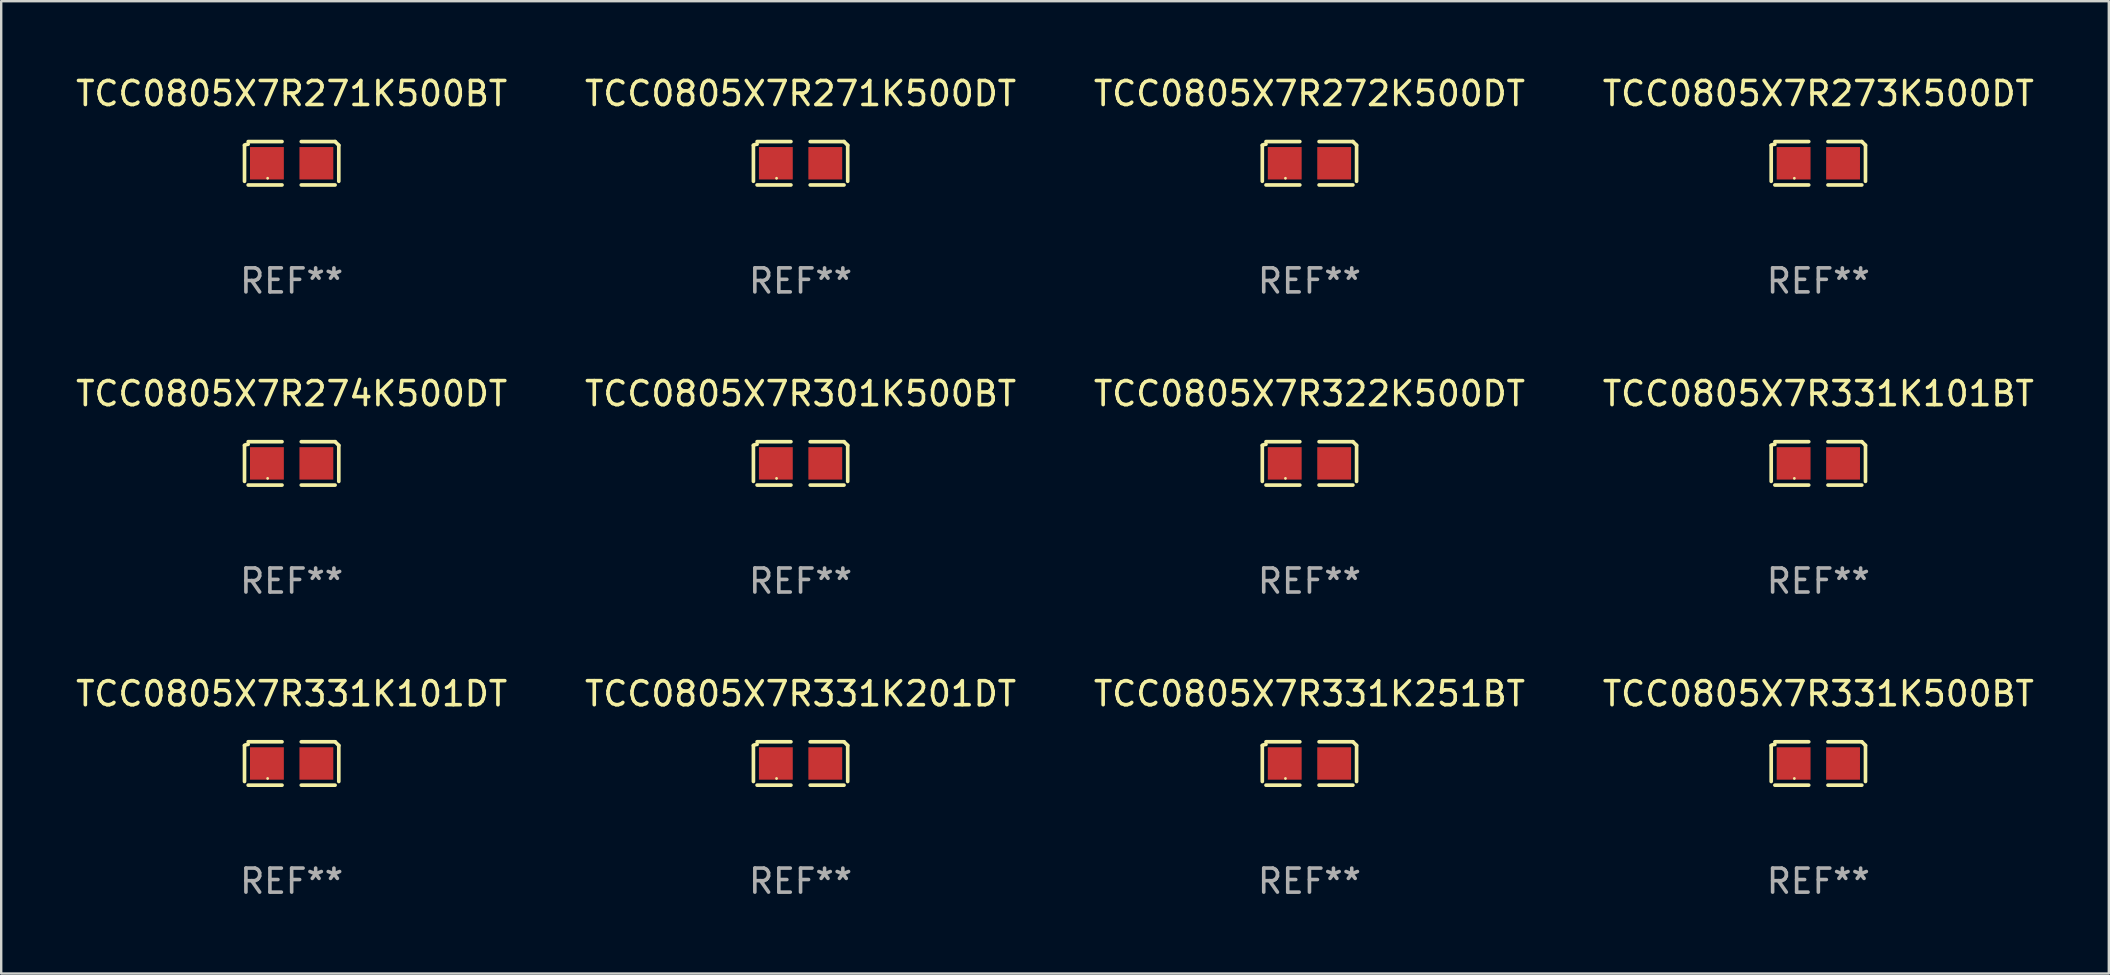
<source format=kicad_pcb>
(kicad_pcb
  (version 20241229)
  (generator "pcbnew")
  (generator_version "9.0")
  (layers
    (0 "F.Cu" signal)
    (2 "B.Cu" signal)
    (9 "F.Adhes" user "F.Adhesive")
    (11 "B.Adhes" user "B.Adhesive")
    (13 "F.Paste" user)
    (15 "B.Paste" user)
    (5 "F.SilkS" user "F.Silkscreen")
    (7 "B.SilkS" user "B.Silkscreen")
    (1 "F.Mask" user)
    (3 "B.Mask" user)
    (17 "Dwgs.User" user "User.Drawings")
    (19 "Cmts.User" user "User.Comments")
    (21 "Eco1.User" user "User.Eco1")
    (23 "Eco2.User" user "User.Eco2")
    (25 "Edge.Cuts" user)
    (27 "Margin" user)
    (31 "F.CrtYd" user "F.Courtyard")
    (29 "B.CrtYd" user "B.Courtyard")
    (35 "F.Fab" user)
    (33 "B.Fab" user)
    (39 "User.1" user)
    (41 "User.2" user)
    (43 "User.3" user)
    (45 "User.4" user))
  (footprint "TCC0805X7R271K500BT"
    (layer "F.Cu")
    (at 9.101 3.752)
    (property "Reference" "TCC0805X7R271K500BT" (at 0 -2.904 0) (layer "F.SilkS") (effects (font (size 1 1) (thickness 0.15))))
    (attr through_hole)
    (fp_line (start -1.964 0.751) (end -1.964 -0.751) (stroke (width 0.152) (type solid)) (layer "F.SilkS"))
    (fp_line (start -1.811 -0.904) (end -0.401 -0.904) (stroke (width 0.152) (type solid)) (layer "F.SilkS"))
    (fp_line (start -0.401 0.904) (end -1.811 0.904) (stroke (width 0.152) (type solid)) (layer "F.SilkS"))
    (fp_line (start 0.401 0.904) (end 1.811 0.904) (stroke (width 0.152) (type solid)) (layer "F.SilkS"))
    (fp_line (start 1.811 -0.904) (end 0.401 -0.904) (stroke (width 0.152) (type solid)) (layer "F.SilkS"))
    (fp_line (start 1.964 0.751) (end 1.964 -0.751) (stroke (width 0.152) (type solid)) (layer "F.SilkS"))
    (fp_arc (start -1.963602 -0.751207) (mid -1.890354 -0.783131) (end -1.811201 -0.794044) (stroke (width 0.1524) (type solid)) (layer "F.SilkS"))
    (fp_arc (start 1.811202 -0.903607) (mid 1.887413 -0.827418) (end 1.963602 -0.751207) (stroke (width 0.1524) (type solid)) (layer "F.SilkS"))
    (fp_circle (center -1 0.625) (end -0.97 0.625) (stroke (width 0.06) (type solid)) (fill no) (layer "F.SilkS"))
    (fp_text user "REF**" (at 0 4.904 0) (layer "F.Fab") (effects (font (size 1 1) (thickness 0.15))))
    (pad "1" smd rect (at -1.03 0) (size 1.41 1.35) (layers "F.Cu" "F.Mask" "F.Paste"))
    (pad "2" smd rect (at 1.03 0) (size 1.41 1.35) (layers "F.Cu" "F.Mask" "F.Paste")))
  (footprint "TCC0805X7R274K500DT"
    (layer "F.Cu")
    (at 9.101 16.256)
    (property "Reference" "TCC0805X7R274K500DT" (at 0 -2.904 0) (layer "F.SilkS") (effects (font (size 1 1) (thickness 0.15))))
    (attr through_hole)
    (fp_line (start -1.964 0.751) (end -1.964 -0.751) (stroke (width 0.152) (type solid)) (layer "F.SilkS"))
    (fp_line (start -1.811 -0.904) (end -0.401 -0.904) (stroke (width 0.152) (type solid)) (layer "F.SilkS"))
    (fp_line (start -0.401 0.904) (end -1.811 0.904) (stroke (width 0.152) (type solid)) (layer "F.SilkS"))
    (fp_line (start 0.401 0.904) (end 1.811 0.904) (stroke (width 0.152) (type solid)) (layer "F.SilkS"))
    (fp_line (start 1.811 -0.904) (end 0.401 -0.904) (stroke (width 0.152) (type solid)) (layer "F.SilkS"))
    (fp_line (start 1.964 0.751) (end 1.964 -0.751) (stroke (width 0.152) (type solid)) (layer "F.SilkS"))
    (fp_arc (start -1.963602 -0.751207) (mid -1.890354 -0.783131) (end -1.811201 -0.794044) (stroke (width 0.1524) (type solid)) (layer "F.SilkS"))
    (fp_arc (start 1.811202 -0.903607) (mid 1.887413 -0.827418) (end 1.963602 -0.751207) (stroke (width 0.1524) (type solid)) (layer "F.SilkS"))
    (fp_circle (center -1 0.625) (end -0.97 0.625) (stroke (width 0.06) (type solid)) (fill no) (layer "F.SilkS"))
    (fp_text user "REF**" (at 0 4.904 0) (layer "F.Fab") (effects (font (size 1 1) (thickness 0.15))))
    (pad "1" smd rect (at -1.03 0) (size 1.41 1.35) (layers "F.Cu" "F.Mask" "F.Paste"))
    (pad "2" smd rect (at 1.03 0) (size 1.41 1.35) (layers "F.Cu" "F.Mask" "F.Paste")))
  (footprint "TCC0805X7R331K500BT"
    (layer "F.Cu")
    (at 72.708 28.759)
    (property "Reference" "TCC0805X7R331K500BT" (at 0 -2.904 0) (layer "F.SilkS") (effects (font (size 1 1) (thickness 0.15))))
    (attr through_hole)
    (fp_line (start -1.964 0.751) (end -1.964 -0.751) (stroke (width 0.152) (type solid)) (layer "F.SilkS"))
    (fp_line (start -1.811 -0.904) (end -0.401 -0.904) (stroke (width 0.152) (type solid)) (layer "F.SilkS"))
    (fp_line (start -0.401 0.904) (end -1.811 0.904) (stroke (width 0.152) (type solid)) (layer "F.SilkS"))
    (fp_line (start 0.401 0.904) (end 1.811 0.904) (stroke (width 0.152) (type solid)) (layer "F.SilkS"))
    (fp_line (start 1.811 -0.904) (end 0.401 -0.904) (stroke (width 0.152) (type solid)) (layer "F.SilkS"))
    (fp_line (start 1.964 0.751) (end 1.964 -0.751) (stroke (width 0.152) (type solid)) (layer "F.SilkS"))
    (fp_arc (start -1.963602 -0.751207) (mid -1.890354 -0.783131) (end -1.811201 -0.794044) (stroke (width 0.1524) (type solid)) (layer "F.SilkS"))
    (fp_arc (start 1.811202 -0.903607) (mid 1.887413 -0.827418) (end 1.963602 -0.751207) (stroke (width 0.1524) (type solid)) (layer "F.SilkS"))
    (fp_circle (center -1 0.625) (end -0.97 0.625) (stroke (width 0.06) (type solid)) (fill no) (layer "F.SilkS"))
    (fp_text user "REF**" (at 0 4.904 0) (layer "F.Fab") (effects (font (size 1 1) (thickness 0.15))))
    (pad "1" smd rect (at -1.03 0) (size 1.41 1.35) (layers "F.Cu" "F.Mask" "F.Paste"))
    (pad "2" smd rect (at 1.03 0) (size 1.41 1.35) (layers "F.Cu" "F.Mask" "F.Paste")))
  (footprint "TCC0805X7R271K500DT"
    (layer "F.Cu")
    (at 30.304 3.752)
    (property "Reference" "TCC0805X7R271K500DT" (at 0 -2.904 0) (layer "F.SilkS") (effects (font (size 1 1) (thickness 0.15))))
    (attr through_hole)
    (fp_line (start -1.964 0.751) (end -1.964 -0.751) (stroke (width 0.152) (type solid)) (layer "F.SilkS"))
    (fp_line (start -1.811 -0.904) (end -0.401 -0.904) (stroke (width 0.152) (type solid)) (layer "F.SilkS"))
    (fp_line (start -0.401 0.904) (end -1.811 0.904) (stroke (width 0.152) (type solid)) (layer "F.SilkS"))
    (fp_line (start 0.401 0.904) (end 1.811 0.904) (stroke (width 0.152) (type solid)) (layer "F.SilkS"))
    (fp_line (start 1.811 -0.904) (end 0.401 -0.904) (stroke (width 0.152) (type solid)) (layer "F.SilkS"))
    (fp_line (start 1.964 0.751) (end 1.964 -0.751) (stroke (width 0.152) (type solid)) (layer "F.SilkS"))
    (fp_arc (start -1.963602 -0.751207) (mid -1.890354 -0.783131) (end -1.811201 -0.794044) (stroke (width 0.1524) (type solid)) (layer "F.SilkS"))
    (fp_arc (start 1.811202 -0.903607) (mid 1.887413 -0.827418) (end 1.963602 -0.751207) (stroke (width 0.1524) (type solid)) (layer "F.SilkS"))
    (fp_circle (center -1 0.625) (end -0.97 0.625) (stroke (width 0.06) (type solid)) (fill no) (layer "F.SilkS"))
    (fp_text user "REF**" (at 0 4.904 0) (layer "F.Fab") (effects (font (size 1 1) (thickness 0.15))))
    (pad "1" smd rect (at -1.03 0) (size 1.41 1.35) (layers "F.Cu" "F.Mask" "F.Paste"))
    (pad "2" smd rect (at 1.03 0) (size 1.41 1.35) (layers "F.Cu" "F.Mask" "F.Paste")))
  (footprint "TCC0805X7R273K500DT"
    (layer "F.Cu")
    (at 72.708 3.752)
    (property "Reference" "TCC0805X7R273K500DT" (at 0 -2.904 0) (layer "F.SilkS") (effects (font (size 1 1) (thickness 0.15))))
    (attr through_hole)
    (fp_line (start -1.964 0.751) (end -1.964 -0.751) (stroke (width 0.152) (type solid)) (layer "F.SilkS"))
    (fp_line (start -1.811 -0.904) (end -0.401 -0.904) (stroke (width 0.152) (type solid)) (layer "F.SilkS"))
    (fp_line (start -0.401 0.904) (end -1.811 0.904) (stroke (width 0.152) (type solid)) (layer "F.SilkS"))
    (fp_line (start 0.401 0.904) (end 1.811 0.904) (stroke (width 0.152) (type solid)) (layer "F.SilkS"))
    (fp_line (start 1.811 -0.904) (end 0.401 -0.904) (stroke (width 0.152) (type solid)) (layer "F.SilkS"))
    (fp_line (start 1.964 0.751) (end 1.964 -0.751) (stroke (width 0.152) (type solid)) (layer "F.SilkS"))
    (fp_arc (start -1.963602 -0.751207) (mid -1.890354 -0.783131) (end -1.811201 -0.794044) (stroke (width 0.1524) (type solid)) (layer "F.SilkS"))
    (fp_arc (start 1.811202 -0.903607) (mid 1.887413 -0.827418) (end 1.963602 -0.751207) (stroke (width 0.1524) (type solid)) (layer "F.SilkS"))
    (fp_circle (center -1 0.625) (end -0.97 0.625) (stroke (width 0.06) (type solid)) (fill no) (layer "F.SilkS"))
    (fp_text user "REF**" (at 0 4.904 0) (layer "F.Fab") (effects (font (size 1 1) (thickness 0.15))))
    (pad "1" smd rect (at -1.03 0) (size 1.41 1.35) (layers "F.Cu" "F.Mask" "F.Paste"))
    (pad "2" smd rect (at 1.03 0) (size 1.41 1.35) (layers "F.Cu" "F.Mask" "F.Paste")))
  (footprint "TCC0805X7R331K251BT"
    (layer "F.Cu")
    (at 51.506 28.759)
    (property "Reference" "TCC0805X7R331K251BT" (at 0 -2.904 0) (layer "F.SilkS") (effects (font (size 1 1) (thickness 0.15))))
    (attr through_hole)
    (fp_line (start -1.964 0.751) (end -1.964 -0.751) (stroke (width 0.152) (type solid)) (layer "F.SilkS"))
    (fp_line (start -1.811 -0.904) (end -0.401 -0.904) (stroke (width 0.152) (type solid)) (layer "F.SilkS"))
    (fp_line (start -0.401 0.904) (end -1.811 0.904) (stroke (width 0.152) (type solid)) (layer "F.SilkS"))
    (fp_line (start 0.401 0.904) (end 1.811 0.904) (stroke (width 0.152) (type solid)) (layer "F.SilkS"))
    (fp_line (start 1.811 -0.904) (end 0.401 -0.904) (stroke (width 0.152) (type solid)) (layer "F.SilkS"))
    (fp_line (start 1.964 0.751) (end 1.964 -0.751) (stroke (width 0.152) (type solid)) (layer "F.SilkS"))
    (fp_arc (start -1.963602 -0.751207) (mid -1.890354 -0.783131) (end -1.811201 -0.794044) (stroke (width 0.1524) (type solid)) (layer "F.SilkS"))
    (fp_arc (start 1.811202 -0.903607) (mid 1.887413 -0.827418) (end 1.963602 -0.751207) (stroke (width 0.1524) (type solid)) (layer "F.SilkS"))
    (fp_circle (center -1 0.625) (end -0.97 0.625) (stroke (width 0.06) (type solid)) (fill no) (layer "F.SilkS"))
    (fp_text user "REF**" (at 0 4.904 0) (layer "F.Fab") (effects (font (size 1 1) (thickness 0.15))))
    (pad "1" smd rect (at -1.03 0) (size 1.41 1.35) (layers "F.Cu" "F.Mask" "F.Paste"))
    (pad "2" smd rect (at 1.03 0) (size 1.41 1.35) (layers "F.Cu" "F.Mask" "F.Paste")))
  (footprint "TCC0805X7R322K500DT"
    (layer "F.Cu")
    (at 51.506 16.256)
    (property "Reference" "TCC0805X7R322K500DT" (at 0 -2.904 0) (layer "F.SilkS") (effects (font (size 1 1) (thickness 0.15))))
    (attr through_hole)
    (fp_line (start -1.964 0.751) (end -1.964 -0.751) (stroke (width 0.152) (type solid)) (layer "F.SilkS"))
    (fp_line (start -1.811 -0.904) (end -0.401 -0.904) (stroke (width 0.152) (type solid)) (layer "F.SilkS"))
    (fp_line (start -0.401 0.904) (end -1.811 0.904) (stroke (width 0.152) (type solid)) (layer "F.SilkS"))
    (fp_line (start 0.401 0.904) (end 1.811 0.904) (stroke (width 0.152) (type solid)) (layer "F.SilkS"))
    (fp_line (start 1.811 -0.904) (end 0.401 -0.904) (stroke (width 0.152) (type solid)) (layer "F.SilkS"))
    (fp_line (start 1.964 0.751) (end 1.964 -0.751) (stroke (width 0.152) (type solid)) (layer "F.SilkS"))
    (fp_arc (start -1.963602 -0.751207) (mid -1.890354 -0.783131) (end -1.811201 -0.794044) (stroke (width 0.1524) (type solid)) (layer "F.SilkS"))
    (fp_arc (start 1.811202 -0.903607) (mid 1.887413 -0.827418) (end 1.963602 -0.751207) (stroke (width 0.1524) (type solid)) (layer "F.SilkS"))
    (fp_circle (center -1 0.625) (end -0.97 0.625) (stroke (width 0.06) (type solid)) (fill no) (layer "F.SilkS"))
    (fp_text user "REF**" (at 0 4.904 0) (layer "F.Fab") (effects (font (size 1 1) (thickness 0.15))))
    (pad "1" smd rect (at -1.03 0) (size 1.41 1.35) (layers "F.Cu" "F.Mask" "F.Paste"))
    (pad "2" smd rect (at 1.03 0) (size 1.41 1.35) (layers "F.Cu" "F.Mask" "F.Paste")))
  (footprint "TCC0805X7R331K201DT"
    (layer "F.Cu")
    (at 30.304 28.759)
    (property "Reference" "TCC0805X7R331K201DT" (at 0 -2.904 0) (layer "F.SilkS") (effects (font (size 1 1) (thickness 0.15))))
    (attr through_hole)
    (fp_line (start -1.964 0.751) (end -1.964 -0.751) (stroke (width 0.152) (type solid)) (layer "F.SilkS"))
    (fp_line (start -1.811 -0.904) (end -0.401 -0.904) (stroke (width 0.152) (type solid)) (layer "F.SilkS"))
    (fp_line (start -0.401 0.904) (end -1.811 0.904) (stroke (width 0.152) (type solid)) (layer "F.SilkS"))
    (fp_line (start 0.401 0.904) (end 1.811 0.904) (stroke (width 0.152) (type solid)) (layer "F.SilkS"))
    (fp_line (start 1.811 -0.904) (end 0.401 -0.904) (stroke (width 0.152) (type solid)) (layer "F.SilkS"))
    (fp_line (start 1.964 0.751) (end 1.964 -0.751) (stroke (width 0.152) (type solid)) (layer "F.SilkS"))
    (fp_arc (start -1.963602 -0.751207) (mid -1.890354 -0.783131) (end -1.811201 -0.794044) (stroke (width 0.1524) (type solid)) (layer "F.SilkS"))
    (fp_arc (start 1.811202 -0.903607) (mid 1.887413 -0.827418) (end 1.963602 -0.751207) (stroke (width 0.1524) (type solid)) (layer "F.SilkS"))
    (fp_circle (center -1 0.625) (end -0.97 0.625) (stroke (width 0.06) (type solid)) (fill no) (layer "F.SilkS"))
    (fp_text user "REF**" (at 0 4.904 0) (layer "F.Fab") (effects (font (size 1 1) (thickness 0.15))))
    (pad "1" smd rect (at -1.03 0) (size 1.41 1.35) (layers "F.Cu" "F.Mask" "F.Paste"))
    (pad "2" smd rect (at 1.03 0) (size 1.41 1.35) (layers "F.Cu" "F.Mask" "F.Paste")))
  (footprint "TCC0805X7R272K500DT"
    (layer "F.Cu")
    (at 51.506 3.752)
    (property "Reference" "TCC0805X7R272K500DT" (at 0 -2.904 0) (layer "F.SilkS") (effects (font (size 1 1) (thickness 0.15))))
    (attr through_hole)
    (fp_line (start -1.964 0.751) (end -1.964 -0.751) (stroke (width 0.152) (type solid)) (layer "F.SilkS"))
    (fp_line (start -1.811 -0.904) (end -0.401 -0.904) (stroke (width 0.152) (type solid)) (layer "F.SilkS"))
    (fp_line (start -0.401 0.904) (end -1.811 0.904) (stroke (width 0.152) (type solid)) (layer "F.SilkS"))
    (fp_line (start 0.401 0.904) (end 1.811 0.904) (stroke (width 0.152) (type solid)) (layer "F.SilkS"))
    (fp_line (start 1.811 -0.904) (end 0.401 -0.904) (stroke (width 0.152) (type solid)) (layer "F.SilkS"))
    (fp_line (start 1.964 0.751) (end 1.964 -0.751) (stroke (width 0.152) (type solid)) (layer "F.SilkS"))
    (fp_arc (start -1.963602 -0.751207) (mid -1.890354 -0.783131) (end -1.811201 -0.794044) (stroke (width 0.1524) (type solid)) (layer "F.SilkS"))
    (fp_arc (start 1.811202 -0.903607) (mid 1.887413 -0.827418) (end 1.963602 -0.751207) (stroke (width 0.1524) (type solid)) (layer "F.SilkS"))
    (fp_circle (center -1 0.625) (end -0.97 0.625) (stroke (width 0.06) (type solid)) (fill no) (layer "F.SilkS"))
    (fp_text user "REF**" (at 0 4.904 0) (layer "F.Fab") (effects (font (size 1 1) (thickness 0.15))))
    (pad "1" smd rect (at -1.03 0) (size 1.41 1.35) (layers "F.Cu" "F.Mask" "F.Paste"))
    (pad "2" smd rect (at 1.03 0) (size 1.41 1.35) (layers "F.Cu" "F.Mask" "F.Paste")))
  (footprint "TCC0805X7R301K500BT"
    (layer "F.Cu")
    (at 30.304 16.256)
    (property "Reference" "TCC0805X7R301K500BT" (at 0 -2.904 0) (layer "F.SilkS") (effects (font (size 1 1) (thickness 0.15))))
    (attr through_hole)
    (fp_line (start -1.964 0.751) (end -1.964 -0.751) (stroke (width 0.152) (type solid)) (layer "F.SilkS"))
    (fp_line (start -1.811 -0.904) (end -0.401 -0.904) (stroke (width 0.152) (type solid)) (layer "F.SilkS"))
    (fp_line (start -0.401 0.904) (end -1.811 0.904) (stroke (width 0.152) (type solid)) (layer "F.SilkS"))
    (fp_line (start 0.401 0.904) (end 1.811 0.904) (stroke (width 0.152) (type solid)) (layer "F.SilkS"))
    (fp_line (start 1.811 -0.904) (end 0.401 -0.904) (stroke (width 0.152) (type solid)) (layer "F.SilkS"))
    (fp_line (start 1.964 0.751) (end 1.964 -0.751) (stroke (width 0.152) (type solid)) (layer "F.SilkS"))
    (fp_arc (start -1.963602 -0.751207) (mid -1.890354 -0.783131) (end -1.811201 -0.794044) (stroke (width 0.1524) (type solid)) (layer "F.SilkS"))
    (fp_arc (start 1.811202 -0.903607) (mid 1.887413 -0.827418) (end 1.963602 -0.751207) (stroke (width 0.1524) (type solid)) (layer "F.SilkS"))
    (fp_circle (center -1 0.625) (end -0.97 0.625) (stroke (width 0.06) (type solid)) (fill no) (layer "F.SilkS"))
    (fp_text user "REF**" (at 0 4.904 0) (layer "F.Fab") (effects (font (size 1 1) (thickness 0.15))))
    (pad "1" smd rect (at -1.03 0) (size 1.41 1.35) (layers "F.Cu" "F.Mask" "F.Paste"))
    (pad "2" smd rect (at 1.03 0) (size 1.41 1.35) (layers "F.Cu" "F.Mask" "F.Paste")))
  (footprint "TCC0805X7R331K101BT"
    (layer "F.Cu")
    (at 72.708 16.256)
    (property "Reference" "TCC0805X7R331K101BT" (at 0 -2.904 0) (layer "F.SilkS") (effects (font (size 1 1) (thickness 0.15))))
    (attr through_hole)
    (fp_line (start -1.964 0.751) (end -1.964 -0.751) (stroke (width 0.152) (type solid)) (layer "F.SilkS"))
    (fp_line (start -1.811 -0.904) (end -0.401 -0.904) (stroke (width 0.152) (type solid)) (layer "F.SilkS"))
    (fp_line (start -0.401 0.904) (end -1.811 0.904) (stroke (width 0.152) (type solid)) (layer "F.SilkS"))
    (fp_line (start 0.401 0.904) (end 1.811 0.904) (stroke (width 0.152) (type solid)) (layer "F.SilkS"))
    (fp_line (start 1.811 -0.904) (end 0.401 -0.904) (stroke (width 0.152) (type solid)) (layer "F.SilkS"))
    (fp_line (start 1.964 0.751) (end 1.964 -0.751) (stroke (width 0.152) (type solid)) (layer "F.SilkS"))
    (fp_arc (start -1.963602 -0.751207) (mid -1.890354 -0.783131) (end -1.811201 -0.794044) (stroke (width 0.1524) (type solid)) (layer "F.SilkS"))
    (fp_arc (start 1.811202 -0.903607) (mid 1.887413 -0.827418) (end 1.963602 -0.751207) (stroke (width 0.1524) (type solid)) (layer "F.SilkS"))
    (fp_circle (center -1 0.625) (end -0.97 0.625) (stroke (width 0.06) (type solid)) (fill no) (layer "F.SilkS"))
    (fp_text user "REF**" (at 0 4.904 0) (layer "F.Fab") (effects (font (size 1 1) (thickness 0.15))))
    (pad "1" smd rect (at -1.03 0) (size 1.41 1.35) (layers "F.Cu" "F.Mask" "F.Paste"))
    (pad "2" smd rect (at 1.03 0) (size 1.41 1.35) (layers "F.Cu" "F.Mask" "F.Paste")))
  (footprint "TCC0805X7R331K101DT"
    (layer "F.Cu")
    (at 9.101 28.759)
    (property "Reference" "TCC0805X7R331K101DT" (at 0 -2.904 0) (layer "F.SilkS") (effects (font (size 1 1) (thickness 0.15))))
    (attr through_hole)
    (fp_line (start -1.964 0.751) (end -1.964 -0.751) (stroke (width 0.152) (type solid)) (layer "F.SilkS"))
    (fp_line (start -1.811 -0.904) (end -0.401 -0.904) (stroke (width 0.152) (type solid)) (layer "F.SilkS"))
    (fp_line (start -0.401 0.904) (end -1.811 0.904) (stroke (width 0.152) (type solid)) (layer "F.SilkS"))
    (fp_line (start 0.401 0.904) (end 1.811 0.904) (stroke (width 0.152) (type solid)) (layer "F.SilkS"))
    (fp_line (start 1.811 -0.904) (end 0.401 -0.904) (stroke (width 0.152) (type solid)) (layer "F.SilkS"))
    (fp_line (start 1.964 0.751) (end 1.964 -0.751) (stroke (width 0.152) (type solid)) (layer "F.SilkS"))
    (fp_arc (start -1.963602 -0.751207) (mid -1.890354 -0.783131) (end -1.811201 -0.794044) (stroke (width 0.1524) (type solid)) (layer "F.SilkS"))
    (fp_arc (start 1.811202 -0.903607) (mid 1.887413 -0.827418) (end 1.963602 -0.751207) (stroke (width 0.1524) (type solid)) (layer "F.SilkS"))
    (fp_circle (center -1 0.625) (end -0.97 0.625) (stroke (width 0.06) (type solid)) (fill no) (layer "F.SilkS"))
    (fp_text user "REF**" (at 0 4.904 0) (layer "F.Fab") (effects (font (size 1 1) (thickness 0.15))))
    (pad "1" smd rect (at -1.03 0) (size 1.41 1.35) (layers "F.Cu" "F.Mask" "F.Paste"))
    (pad "2" smd rect (at 1.03 0) (size 1.41 1.35) (layers "F.Cu" "F.Mask" "F.Paste")))
  (gr_rect
    (start -3 -3)
    (end 84.81 37.511)
    (stroke (width 0.1) (type default))
    (fill no)
    (layer "Edge.Cuts")))
</source>
